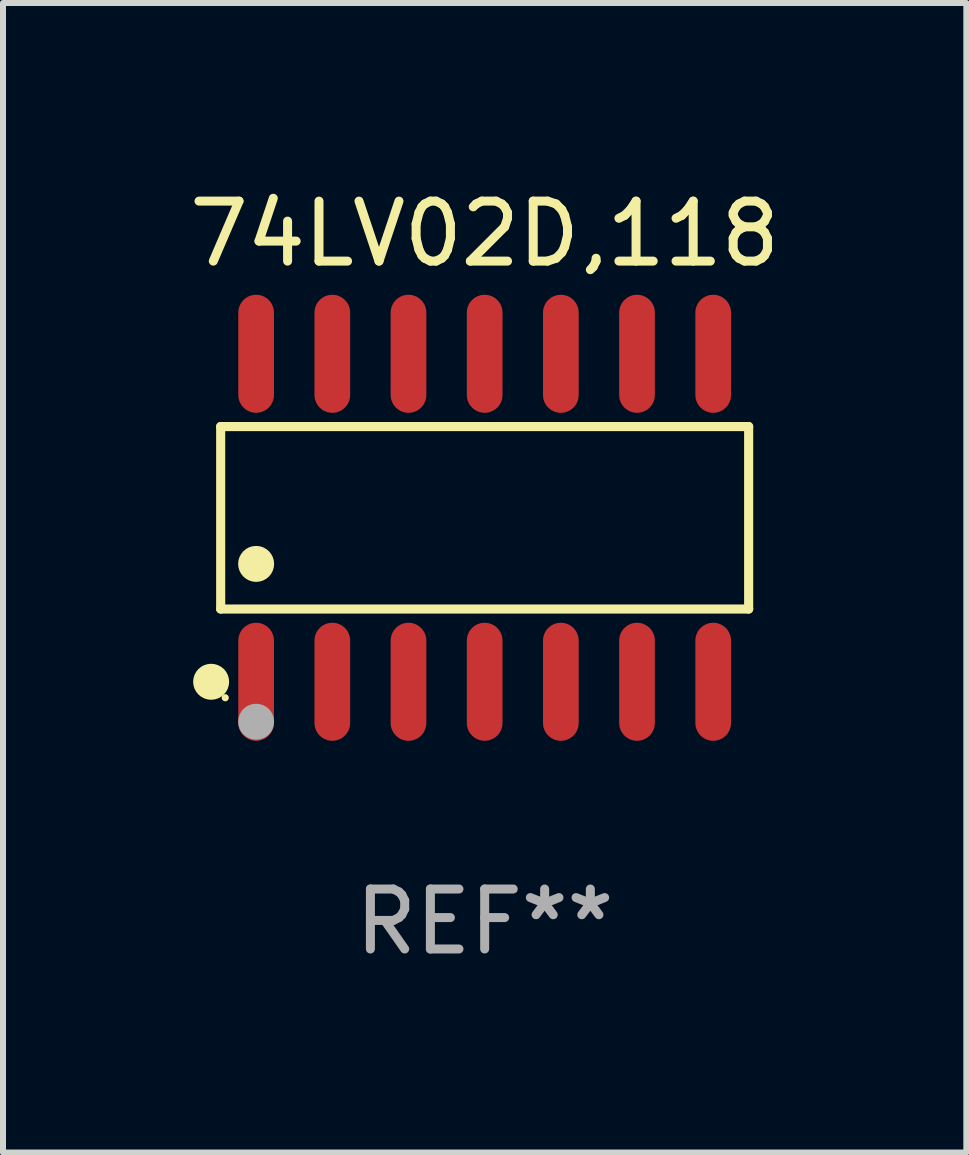
<source format=kicad_pcb>
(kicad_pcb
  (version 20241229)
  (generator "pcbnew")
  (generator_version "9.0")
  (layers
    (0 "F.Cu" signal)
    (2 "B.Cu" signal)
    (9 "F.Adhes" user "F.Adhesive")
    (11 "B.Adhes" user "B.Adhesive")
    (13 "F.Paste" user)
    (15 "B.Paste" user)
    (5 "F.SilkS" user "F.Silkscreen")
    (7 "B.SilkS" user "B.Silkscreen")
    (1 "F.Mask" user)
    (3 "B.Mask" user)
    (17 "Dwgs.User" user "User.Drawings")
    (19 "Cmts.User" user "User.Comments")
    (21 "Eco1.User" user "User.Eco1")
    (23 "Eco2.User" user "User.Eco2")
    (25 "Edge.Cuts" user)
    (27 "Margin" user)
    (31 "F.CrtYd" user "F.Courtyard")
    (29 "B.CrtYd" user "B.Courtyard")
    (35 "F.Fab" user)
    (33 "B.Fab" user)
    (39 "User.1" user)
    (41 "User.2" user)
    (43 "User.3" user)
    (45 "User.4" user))
  (footprint "74LV02D,118"
    (layer "F.Cu")
    (at 5.03 5.582)
    (property "Reference" "74LV02D,118" (at 0 -4.734 0) (layer "F.SilkS") (effects (font (size 1 1) (thickness 0.15))))
    (attr through_hole)
    (fp_line (start -4.401 -1.521) (end 4.401 -1.521) (stroke (width 0.152) (type solid)) (layer "F.SilkS"))
    (fp_line (start -4.401 1.521) (end -4.401 -1.521) (stroke (width 0.152) (type solid)) (layer "F.SilkS"))
    (fp_line (start 4.401 -1.521) (end 4.401 1.521) (stroke (width 0.152) (type solid)) (layer "F.SilkS"))
    (fp_line (start 4.401 1.521) (end -4.401 1.521) (stroke (width 0.152) (type solid)) (layer "F.SilkS"))
    (fp_circle (center -4.56 2.734) (end -4.41 2.734) (stroke (width 0.3) (type solid)) (fill no) (layer "F.SilkS"))
    (fp_circle (center -4.325 3) (end -4.295 3) (stroke (width 0.06) (type solid)) (fill no) (layer "F.SilkS"))
    (fp_circle (center -3.81 0.769) (end -3.66 0.769) (stroke (width 0.3) (type solid)) (fill no) (layer "F.SilkS"))
    (fp_circle (center -3.81 3.4) (end -3.66 3.4) (stroke (width 0.3) (type solid)) (fill no) (layer "F.Fab"))
    (fp_text user "REF**" (at 0 6.734 0) (layer "F.Fab") (effects (font (size 1 1) (thickness 0.15))))
    (pad "1" smd oval (at -3.81 2.734) (size 0.595 1.968) (layers "F.Cu" "F.Mask" "F.Paste"))
    (pad "2" smd oval (at -2.54 2.734) (size 0.595 1.968) (layers "F.Cu" "F.Mask" "F.Paste"))
    (pad "3" smd oval (at -1.27 2.734) (size 0.595 1.968) (layers "F.Cu" "F.Mask" "F.Paste"))
    (pad "4" smd oval (at 0 2.734) (size 0.595 1.968) (layers "F.Cu" "F.Mask" "F.Paste"))
    (pad "5" smd oval (at 1.27 2.734) (size 0.595 1.968) (layers "F.Cu" "F.Mask" "F.Paste"))
    (pad "6" smd oval (at 2.54 2.734) (size 0.595 1.968) (layers "F.Cu" "F.Mask" "F.Paste"))
    (pad "7" smd oval (at 3.81 2.734) (size 0.595 1.968) (layers "F.Cu" "F.Mask" "F.Paste"))
    (pad "8" smd oval (at 3.81 -2.734) (size 0.595 1.968) (layers "F.Cu" "F.Mask" "F.Paste"))
    (pad "9" smd oval (at 2.54 -2.734) (size 0.595 1.968) (layers "F.Cu" "F.Mask" "F.Paste"))
    (pad "10" smd oval (at 1.27 -2.734) (size 0.595 1.968) (layers "F.Cu" "F.Mask" "F.Paste"))
    (pad "11" smd oval (at 0 -2.734) (size 0.595 1.968) (layers "F.Cu" "F.Mask" "F.Paste"))
    (pad "12" smd oval (at -1.27 -2.734) (size 0.595 1.968) (layers "F.Cu" "F.Mask" "F.Paste"))
    (pad "13" smd oval (at -2.54 -2.734) (size 0.595 1.968) (layers "F.Cu" "F.Mask" "F.Paste"))
    (pad "14" smd oval (at -3.81 -2.734) (size 0.595 1.968) (layers "F.Cu" "F.Mask" "F.Paste")))
  (gr_rect
    (start -3 -3)
    (end 13.06 16.164)
    (stroke (width 0.1) (type default))
    (fill no)
    (layer "Edge.Cuts")))
</source>
